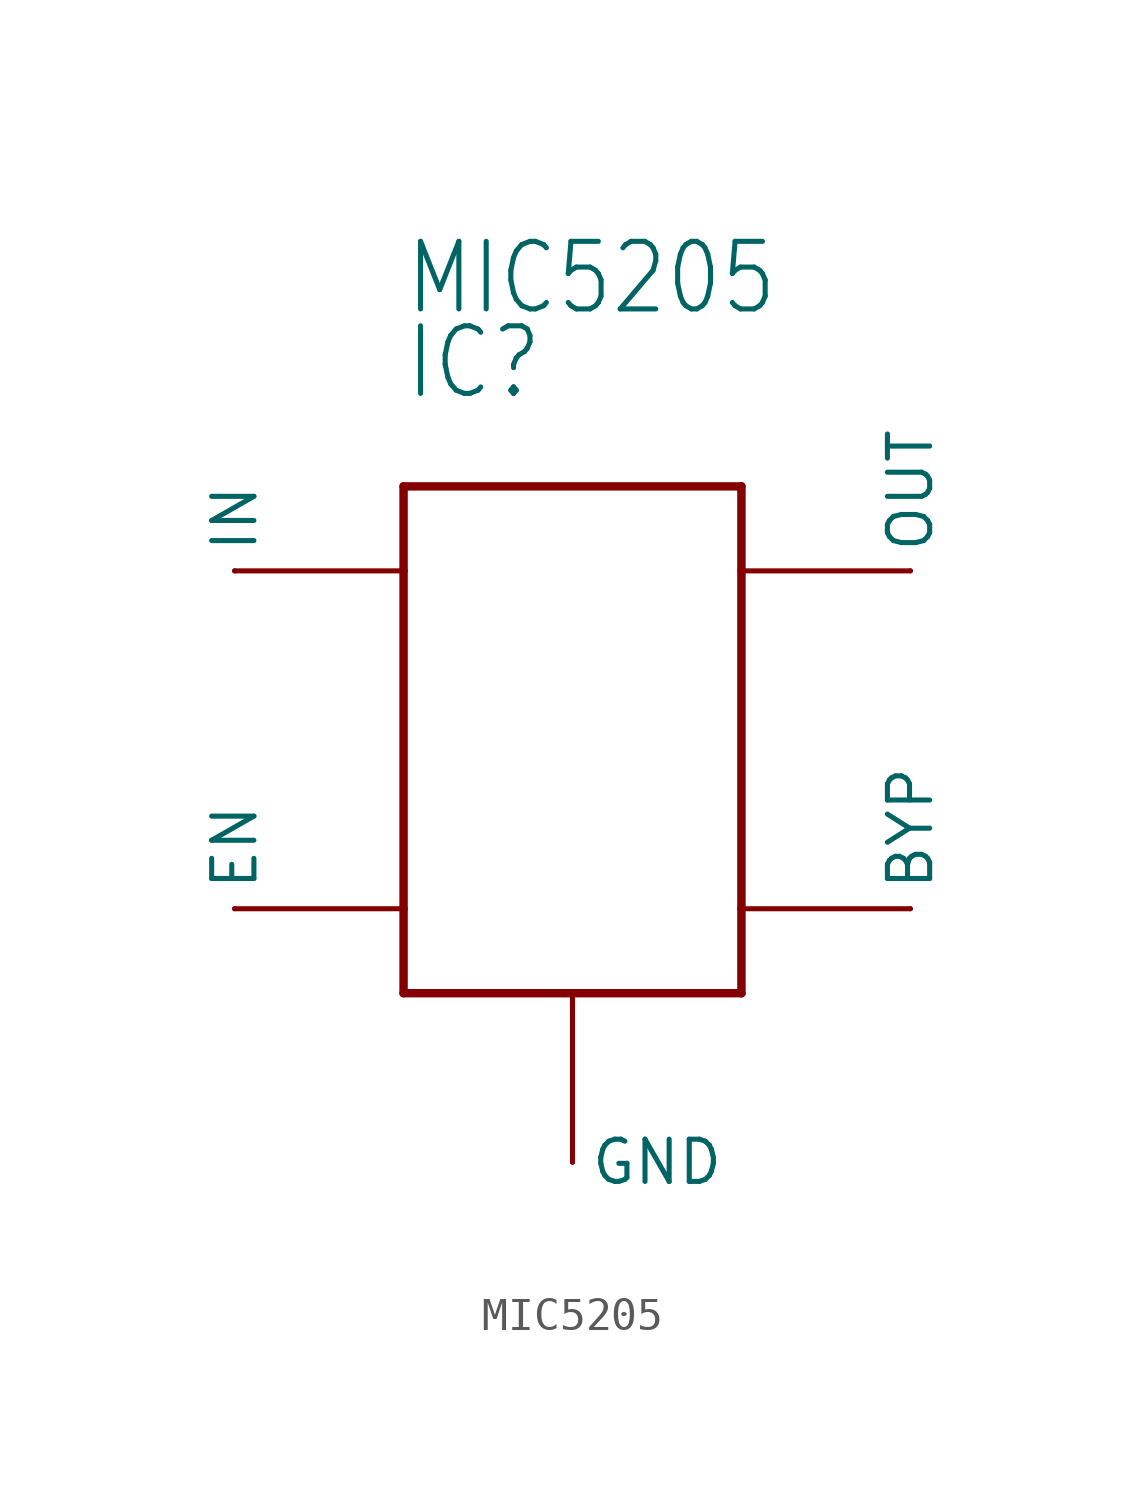
<source format=kicad_sym>
(kicad_symbol_lib
  (version 20211014)
  (generator kicad_symbol_editor)
  (symbol "MIC5205"
    (property "Reference" "IC"
      (at -5.08 10.16 0)
      (effects (font (size 2.032 1.727)) (justify left bottom)))
    (property "Value" "MIC5205"
      (at -5.08 12.7 0)
      (effects (font (size 2.032 1.727)) (justify left bottom)))
    (property "ki_locked" ""
      (at 0 0 0)
      (effects (font (size 1.27 1.27))))
    (symbol "MIC5205_1_0"
      (polyline (pts (xy -5.08 -7.62) (xy -5.08 -5.08)) (stroke (width 0.254) (type default) (color 0 0 0 0)) (fill (type none)))
      (polyline (pts (xy -5.08 -5.08) (xy -10.16 -5.08)) (stroke (width 0.152) (type default) (color 0 0 0 0)) (fill (type none)))
      (polyline (pts (xy -5.08 -5.08) (xy -5.08 5.08)) (stroke (width 0.254) (type default) (color 0 0 0 0)) (fill (type none)))
      (polyline (pts (xy -5.08 5.08) (xy -10.16 5.08)) (stroke (width 0.152) (type default) (color 0 0 0 0)) (fill (type none)))
      (polyline (pts (xy -5.08 5.08) (xy -5.08 7.62)) (stroke (width 0.254) (type default) (color 0 0 0 0)) (fill (type none)))
      (polyline (pts (xy -5.08 7.62) (xy 5.08 7.62)) (stroke (width 0.254) (type default) (color 0 0 0 0)) (fill (type none)))
      (polyline (pts (xy 0 -7.62) (xy -5.08 -7.62)) (stroke (width 0.254) (type default) (color 0 0 0 0)) (fill (type none)))
      (polyline (pts (xy 0 -7.62) (xy 0 -12.7)) (stroke (width 0.152) (type default) (color 0 0 0 0)) (fill (type none)))
      (polyline (pts (xy 5.08 -7.62) (xy 0 -7.62)) (stroke (width 0.254) (type default) (color 0 0 0 0)) (fill (type none)))
      (polyline (pts (xy 5.08 -5.08) (xy 5.08 -7.62)) (stroke (width 0.254) (type default) (color 0 0 0 0)) (fill (type none)))
      (polyline (pts (xy 5.08 -5.08) (xy 10.16 -5.08)) (stroke (width 0.152) (type default) (color 0 0 0 0)) (fill (type none)))
      (polyline (pts (xy 5.08 5.08) (xy 5.08 -5.08)) (stroke (width 0.254) (type default) (color 0 0 0 0)) (fill (type none)))
      (polyline (pts (xy 5.08 5.08) (xy 10.16 5.08)) (stroke (width 0.152) (type default) (color 0 0 0 0)) (fill (type none)))
      (polyline (pts (xy 5.08 7.62) (xy 5.08 5.08)) (stroke (width 0.254) (type default) (color 0 0 0 0)) (fill (type none)))
      (pin bidirectional line (at -10.16 5.08 90) (length 0) (name "IN" (effects (font (size 1.27 1.27)))) (number "1" (effects (font (size 0 0)))))
      (pin bidirectional line (at 0 -12.7 0) (length 0) (name "GND" (effects (font (size 1.27 1.27)))) (number "2" (effects (font (size 0 0)))))
      (pin bidirectional line (at -10.16 -5.08 90) (length 0) (name "EN" (effects (font (size 1.27 1.27)))) (number "3" (effects (font (size 0 0)))))
      (pin bidirectional line (at 10.16 -5.08 90) (length 0) (name "BYP" (effects (font (size 1.27 1.27)))) (number "4" (effects (font (size 0 0)))))
      (pin bidirectional line (at 10.16 5.08 90) (length 0) (name "OUT" (effects (font (size 1.27 1.27)))) (number "5" (effects (font (size 0 0))))))))
</source>
